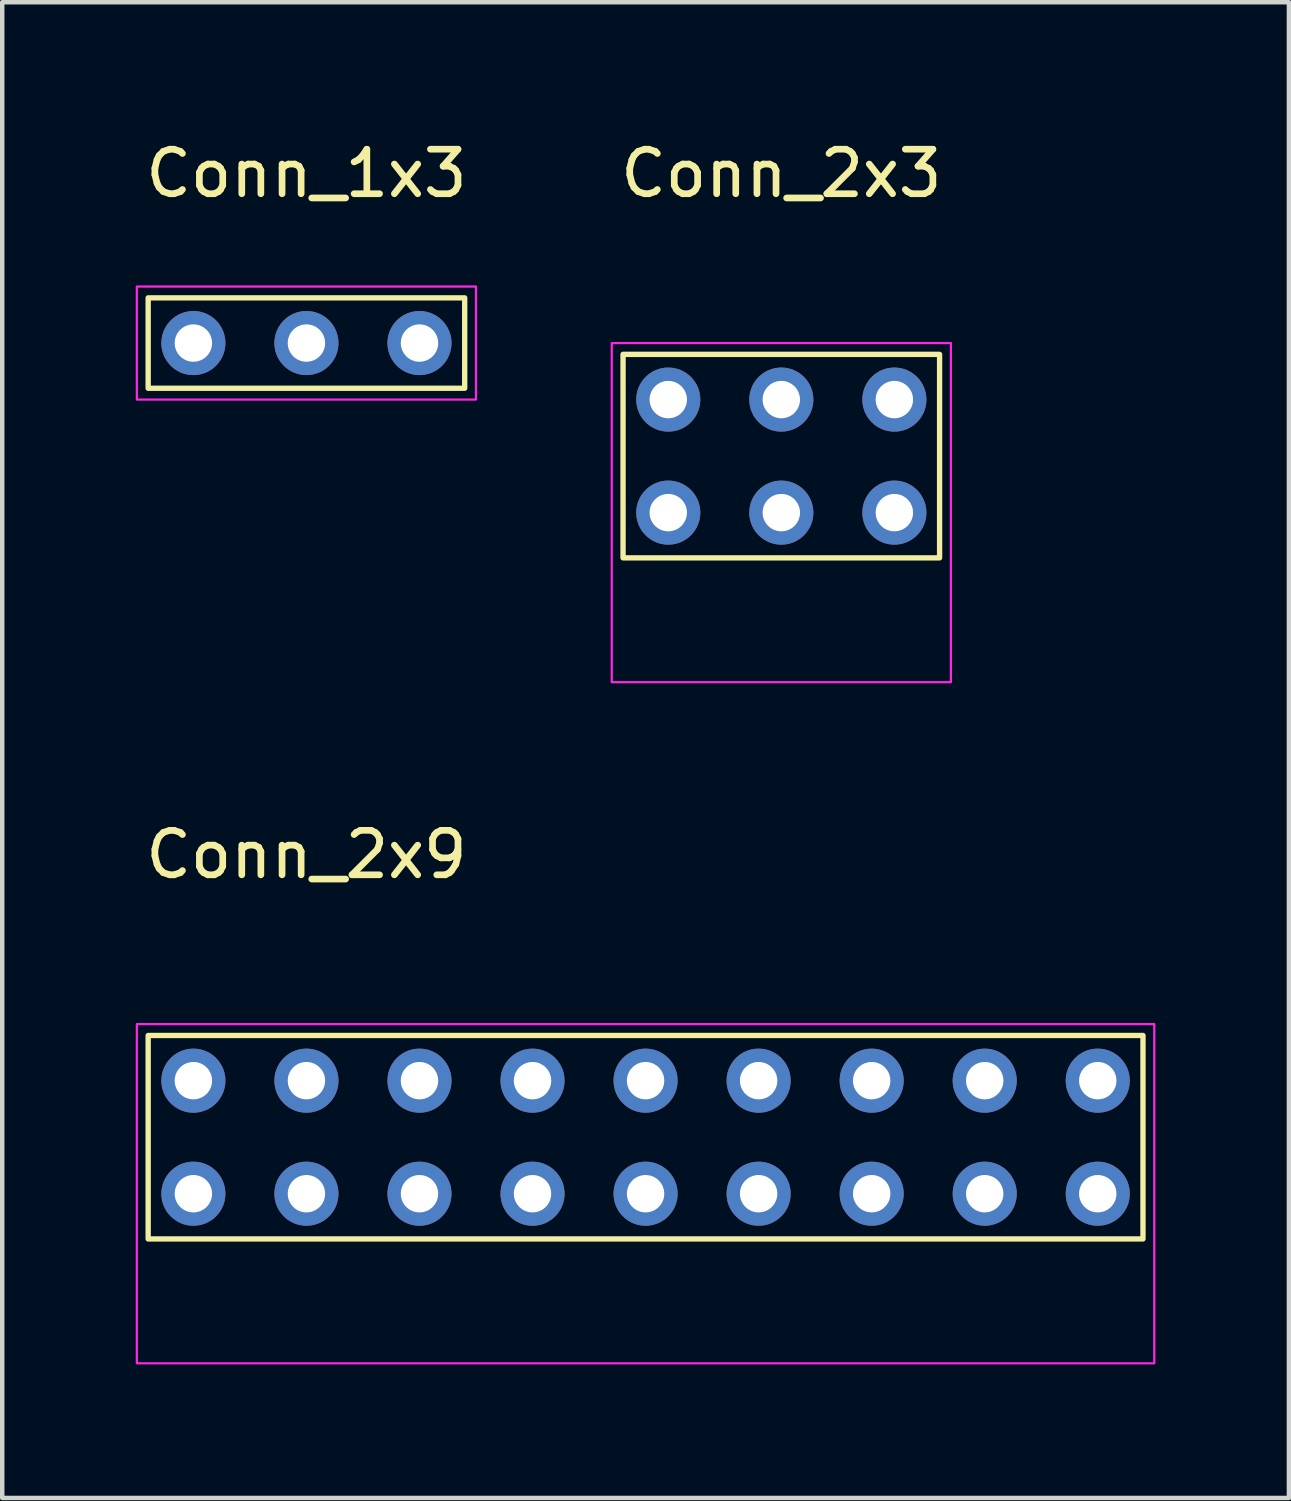
<source format=kicad_pcb>
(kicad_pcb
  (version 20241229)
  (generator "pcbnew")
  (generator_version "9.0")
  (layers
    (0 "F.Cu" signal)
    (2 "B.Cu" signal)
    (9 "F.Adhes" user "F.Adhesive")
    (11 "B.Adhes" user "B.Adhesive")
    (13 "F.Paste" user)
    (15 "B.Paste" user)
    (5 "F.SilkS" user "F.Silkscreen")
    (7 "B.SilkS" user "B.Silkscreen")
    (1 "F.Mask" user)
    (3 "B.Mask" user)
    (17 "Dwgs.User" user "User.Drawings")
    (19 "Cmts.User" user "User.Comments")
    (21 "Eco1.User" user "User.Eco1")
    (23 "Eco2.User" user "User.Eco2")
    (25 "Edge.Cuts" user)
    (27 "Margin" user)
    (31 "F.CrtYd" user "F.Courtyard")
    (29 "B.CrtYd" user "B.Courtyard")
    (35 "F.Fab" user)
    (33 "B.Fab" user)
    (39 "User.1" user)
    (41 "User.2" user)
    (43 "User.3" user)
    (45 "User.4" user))
  (footprint "Conn_1x3"
    (layer "F.Cu")
    (at 1.295 4.658)
    (property "Reference" "Conn_1x3" (at 2.54 -3.81 0) (unlocked yes) (layer "F.SilkS") (effects (font (size 1 1) (thickness 0.15))))
    (attr through_hole)
    (fp_rect (start -1.016 -1.016) (end 6.096 1.016) (stroke (width 0.12) (type default)) (fill no) (layer "F.SilkS"))
    (fp_rect (start -1.27 -1.27) (end 6.35 1.27) (stroke (width 0.05) (type default)) (fill no) (layer "F.CrtYd"))
    (pad "1" thru_hole circle (at 0 0) (size 1.44 1.44) (drill 0.84) (layers "*.Cu" "*.Mask"))
    (pad "2" thru_hole circle (at 2.54 0) (size 1.44 1.44) (drill 0.84) (layers "*.Cu" "*.Mask"))
    (pad "3" thru_hole circle (at 5.08 0) (size 1.44 1.44) (drill 0.84) (layers "*.Cu" "*.Mask")))
  (footprint "Conn_2x9"
    (layer "F.Cu")
    (at 1.295 23.771)
    (property "Reference" "Conn_2x9" (at 2.54 -7.62 0) (unlocked yes) (layer "F.SilkS") (effects (font (size 1 1) (thickness 0.15))))
    (attr through_hole)
    (fp_rect (start -1.016 -3.556) (end 21.336 1.016) (stroke (width 0.12) (type default)) (fill no) (layer "F.SilkS"))
    (fp_rect (start -1.27 -3.81) (end 21.59 3.81) (stroke (width 0.05) (type default)) (fill no) (layer "F.CrtYd"))
    (pad "1" thru_hole circle (at 0 0) (size 1.44 1.44) (drill 0.84) (layers "*.Cu" "*.Mask"))
    (pad "2" thru_hole circle (at 2.54 0) (size 1.44 1.44) (drill 0.84) (layers "*.Cu" "*.Mask"))
    (pad "3" thru_hole circle (at 5.08 0) (size 1.44 1.44) (drill 0.84) (layers "*.Cu" "*.Mask"))
    (pad "4" thru_hole circle (at 7.62 0) (size 1.44 1.44) (drill 0.84) (layers "*.Cu" "*.Mask"))
    (pad "5" thru_hole circle (at 10.16 0) (size 1.44 1.44) (drill 0.84) (layers "*.Cu" "*.Mask"))
    (pad "6" thru_hole circle (at 12.7 0) (size 1.44 1.44) (drill 0.84) (layers "*.Cu" "*.Mask"))
    (pad "7" thru_hole circle (at 15.24 0) (size 1.44 1.44) (drill 0.84) (layers "*.Cu" "*.Mask"))
    (pad "8" thru_hole circle (at 17.78 0) (size 1.44 1.44) (drill 0.84) (layers "*.Cu" "*.Mask"))
    (pad "9" thru_hole circle (at 20.32 0) (size 1.44 1.44) (drill 0.84) (layers "*.Cu" "*.Mask"))
    (pad "10" thru_hole circle (at 0 -2.54) (size 1.44 1.44) (drill 0.84) (layers "*.Cu" "*.Mask"))
    (pad "11" thru_hole circle (at 2.54 -2.54) (size 1.44 1.44) (drill 0.84) (layers "*.Cu" "*.Mask"))
    (pad "12" thru_hole circle (at 5.08 -2.54) (size 1.44 1.44) (drill 0.84) (layers "*.Cu" "*.Mask"))
    (pad "13" thru_hole circle (at 7.62 -2.54) (size 1.44 1.44) (drill 0.84) (layers "*.Cu" "*.Mask"))
    (pad "14" thru_hole circle (at 10.16 -2.54) (size 1.44 1.44) (drill 0.84) (layers "*.Cu" "*.Mask"))
    (pad "15" thru_hole circle (at 12.7 -2.54) (size 1.44 1.44) (drill 0.84) (layers "*.Cu" "*.Mask"))
    (pad "16" thru_hole circle (at 15.24 -2.54) (size 1.44 1.44) (drill 0.84) (layers "*.Cu" "*.Mask"))
    (pad "17" thru_hole circle (at 17.78 -2.54) (size 1.44 1.44) (drill 0.84) (layers "*.Cu" "*.Mask"))
    (pad "18" thru_hole circle (at 20.32 -2.54) (size 1.44 1.44) (drill 0.84) (layers "*.Cu" "*.Mask")))
  (footprint "Conn_2x3"
    (layer "F.Cu")
    (at 11.965 8.468)
    (property "Reference" "Conn_2x3" (at 2.54 -7.62 0) (unlocked yes) (layer "F.SilkS") (effects (font (size 1 1) (thickness 0.15))))
    (attr through_hole)
    (fp_rect (start -1.016 -3.556) (end 6.096 1.016) (stroke (width 0.12) (type default)) (fill no) (layer "F.SilkS"))
    (fp_rect (start -1.27 -3.81) (end 6.35 3.81) (stroke (width 0.05) (type default)) (fill no) (layer "F.CrtYd"))
    (pad "1" thru_hole circle (at 0 0) (size 1.44 1.44) (drill 0.84) (layers "*.Cu" "*.Mask"))
    (pad "2" thru_hole circle (at 2.54 0) (size 1.44 1.44) (drill 0.84) (layers "*.Cu" "*.Mask"))
    (pad "3" thru_hole circle (at 5.08 0) (size 1.44 1.44) (drill 0.84) (layers "*.Cu" "*.Mask"))
    (pad "4" thru_hole circle (at 0 -2.54) (size 1.44 1.44) (drill 0.84) (layers "*.Cu" "*.Mask"))
    (pad "5" thru_hole circle (at 2.54 -2.54) (size 1.44 1.44) (drill 0.84) (layers "*.Cu" "*.Mask"))
    (pad "6" thru_hole circle (at 5.08 -2.54) (size 1.44 1.44) (drill 0.84) (layers "*.Cu" "*.Mask")))
  (gr_rect
    (start -3 -3)
    (end 25.91 30.607)
    (stroke (width 0.1) (type default))
    (fill no)
    (layer "Edge.Cuts")))
</source>
